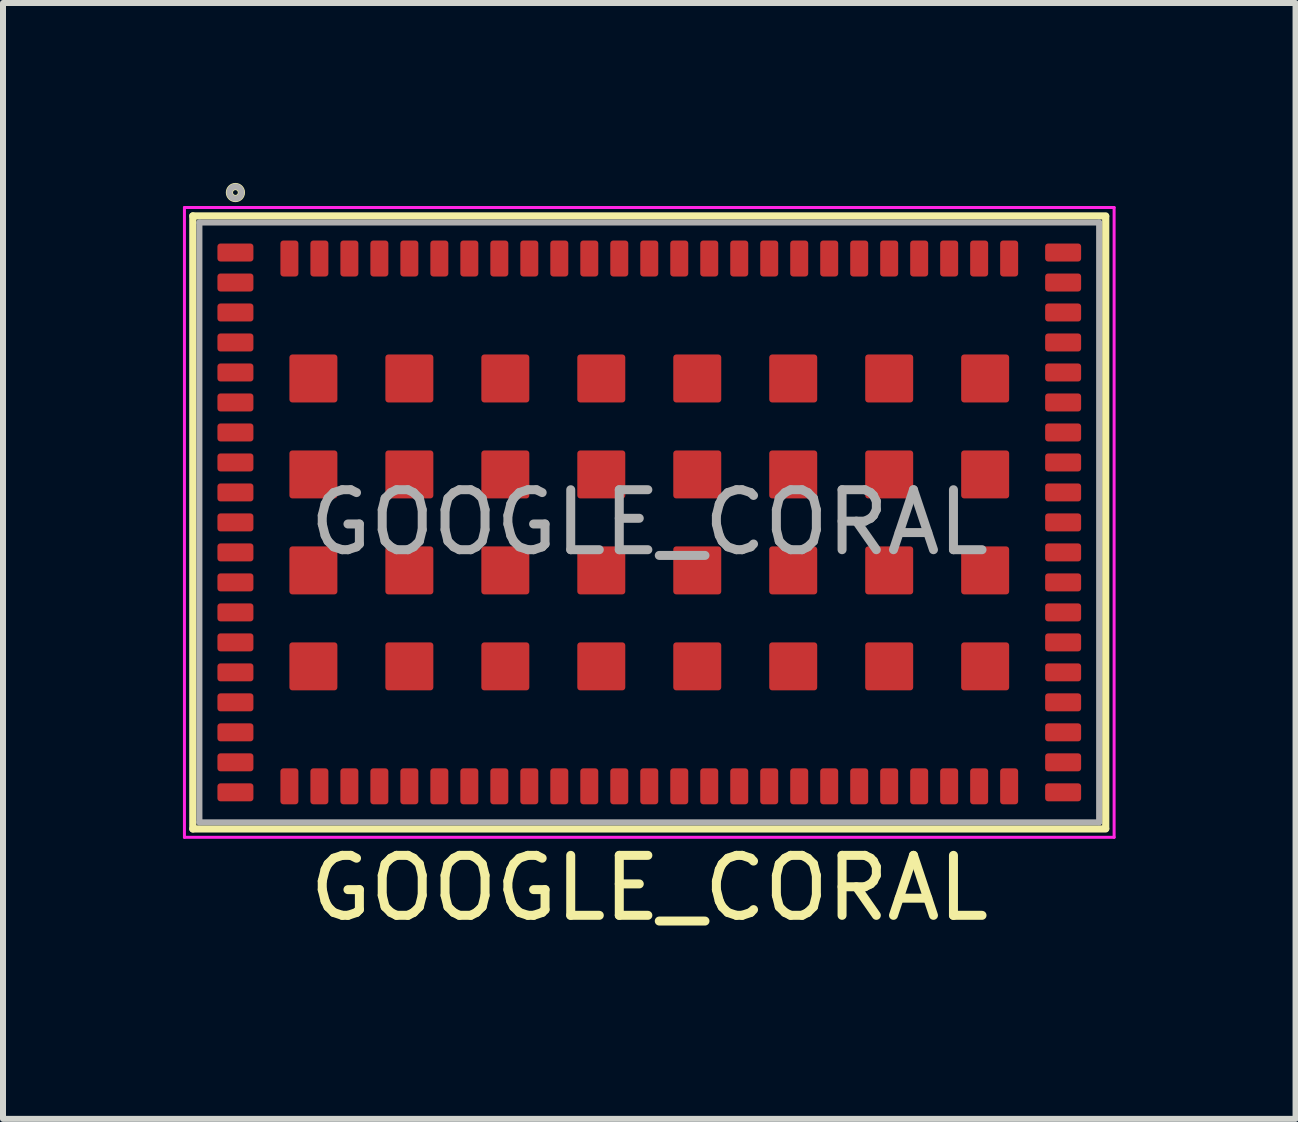
<source format=kicad_pcb>
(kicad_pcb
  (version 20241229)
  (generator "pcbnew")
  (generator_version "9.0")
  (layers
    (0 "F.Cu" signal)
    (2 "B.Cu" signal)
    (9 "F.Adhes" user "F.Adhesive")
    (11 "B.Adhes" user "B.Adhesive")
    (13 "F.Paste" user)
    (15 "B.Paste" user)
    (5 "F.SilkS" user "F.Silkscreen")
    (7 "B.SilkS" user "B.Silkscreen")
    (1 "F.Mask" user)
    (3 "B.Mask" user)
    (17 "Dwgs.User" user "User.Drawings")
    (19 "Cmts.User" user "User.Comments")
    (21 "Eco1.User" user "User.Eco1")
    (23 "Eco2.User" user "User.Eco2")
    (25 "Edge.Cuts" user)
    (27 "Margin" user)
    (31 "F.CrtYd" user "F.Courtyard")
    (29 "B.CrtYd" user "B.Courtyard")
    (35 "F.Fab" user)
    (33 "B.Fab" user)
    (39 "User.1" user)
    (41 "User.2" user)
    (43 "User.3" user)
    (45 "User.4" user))
  (footprint "GOOGLE_CORAL"
    (layer "F.Cu")
    (at 7.775 5.66)
    (property "Reference" "GOOGLE_CORAL" (at 0 6.096 0) (layer "F.SilkS") (effects (font (size 1 1) (thickness 0.15))))
    (attr smd)
    (fp_line (start -7.61 -5.11) (end 7.61 -5.11) (stroke (width 0.12) (type solid)) (layer "F.SilkS"))
    (fp_line (start -7.61 5.11) (end -7.61 -5.11) (stroke (width 0.12) (type solid)) (layer "F.SilkS"))
    (fp_line (start 7.61 -5.1) (end 7.61 5.1) (stroke (width 0.12) (type solid)) (layer "F.SilkS"))
    (fp_line (start 7.61 5.11) (end -7.61 5.11) (stroke (width 0.12) (type solid)) (layer "F.SilkS"))
    (fp_circle (center -6.9 -5.5) (end -6.9 -5.4) (stroke (width 0.12) (type solid)) (fill no) (layer "F.SilkS"))
    (fp_line (start -7.75 -5.25) (end 7.75 -5.25) (stroke (width 0.05) (type solid)) (layer "F.CrtYd"))
    (fp_line (start -7.75 5.25) (end -7.75 -5.25) (stroke (width 0.05) (type solid)) (layer "F.CrtYd"))
    (fp_line (start 7.75 -5.25) (end 7.75 5.25) (stroke (width 0.05) (type solid)) (layer "F.CrtYd"))
    (fp_line (start 7.75 5.25) (end -7.75 5.25) (stroke (width 0.05) (type solid)) (layer "F.CrtYd"))
    (fp_line (start -7.5 -5) (end 7.5 -5) (stroke (width 0.1) (type solid)) (layer "F.Fab"))
    (fp_line (start -7.5 5) (end -7.5 -5) (stroke (width 0.1) (type solid)) (layer "F.Fab"))
    (fp_line (start 7.5 -5) (end 7.5 5) (stroke (width 0.1) (type solid)) (layer "F.Fab"))
    (fp_line (start 7.5 5) (end -7.5 5) (stroke (width 0.1) (type solid)) (layer "F.Fab"))
    (fp_circle (center -6.9 -5.5) (end -6.9 -5.4) (stroke (width 0.1) (type solid)) (fill no) (layer "F.Fab"))
    (fp_text user "${REFERENCE}" (at 0 0 0) (layer "F.Fab") (effects (font (size 1 1) (thickness 0.15))))
    (pad "1" smd roundrect (at -6.9 -4.5 270) (size 0.3 0.6) (layers "F.Cu" "F.Mask" "F.Paste") (roundrect_rratio 0.167))
    (pad "2" smd roundrect (at -6.9 -4 270) (size 0.3 0.6) (layers "F.Cu" "F.Mask" "F.Paste") (roundrect_rratio 0.167))
    (pad "3" smd roundrect (at -6.9 -3.5 270) (size 0.3 0.6) (layers "F.Cu" "F.Mask" "F.Paste") (roundrect_rratio 0.167))
    (pad "4" smd roundrect (at -6.9 -3 270) (size 0.3 0.6) (layers "F.Cu" "F.Mask" "F.Paste") (roundrect_rratio 0.167))
    (pad "5" smd roundrect (at -6.9 -2.5 270) (size 0.3 0.6) (layers "F.Cu" "F.Mask" "F.Paste") (roundrect_rratio 0.167))
    (pad "6" smd roundrect (at -6.9 -2 270) (size 0.3 0.6) (layers "F.Cu" "F.Mask" "F.Paste") (roundrect_rratio 0.167))
    (pad "7" smd roundrect (at -6.9 -1.5 270) (size 0.3 0.6) (layers "F.Cu" "F.Mask" "F.Paste") (roundrect_rratio 0.167))
    (pad "8" smd roundrect (at -6.9 -1 270) (size 0.3 0.6) (layers "F.Cu" "F.Mask" "F.Paste") (roundrect_rratio 0.167))
    (pad "9" smd roundrect (at -6.9 -0.5 270) (size 0.3 0.6) (layers "F.Cu" "F.Mask" "F.Paste") (roundrect_rratio 0.167))
    (pad "10" smd roundrect (at -6.9 0 270) (size 0.3 0.6) (layers "F.Cu" "F.Mask" "F.Paste") (roundrect_rratio 0.167))
    (pad "11" smd roundrect (at -6.9 0.5 270) (size 0.3 0.6) (layers "F.Cu" "F.Mask" "F.Paste") (roundrect_rratio 0.167))
    (pad "12" smd roundrect (at -6.9 1 270) (size 0.3 0.6) (layers "F.Cu" "F.Mask" "F.Paste") (roundrect_rratio 0.167))
    (pad "13" smd roundrect (at -6.9 1.5 270) (size 0.3 0.6) (layers "F.Cu" "F.Mask" "F.Paste") (roundrect_rratio 0.167))
    (pad "14" smd roundrect (at -6.9 2 270) (size 0.3 0.6) (layers "F.Cu" "F.Mask" "F.Paste") (roundrect_rratio 0.167))
    (pad "15" smd roundrect (at -6.9 2.5 270) (size 0.3 0.6) (layers "F.Cu" "F.Mask" "F.Paste") (roundrect_rratio 0.167))
    (pad "16" smd roundrect (at -6.9 3 270) (size 0.3 0.6) (layers "F.Cu" "F.Mask" "F.Paste") (roundrect_rratio 0.167))
    (pad "17" smd roundrect (at -6.9 3.5 270) (size 0.3 0.6) (layers "F.Cu" "F.Mask" "F.Paste") (roundrect_rratio 0.167))
    (pad "18" smd roundrect (at -6.9 4 270) (size 0.3 0.6) (layers "F.Cu" "F.Mask" "F.Paste") (roundrect_rratio 0.167))
    (pad "19" smd roundrect (at -6.9 4.5 270) (size 0.3 0.6) (layers "F.Cu" "F.Mask" "F.Paste") (roundrect_rratio 0.167))
    (pad "20" smd roundrect (at -6 4.4 270) (size 0.6 0.3) (layers "F.Cu" "F.Mask" "F.Paste") (roundrect_rratio 0.167))
    (pad "21" smd roundrect (at -5.5 4.4 270) (size 0.6 0.3) (layers "F.Cu" "F.Mask" "F.Paste") (roundrect_rratio 0.167))
    (pad "22" smd roundrect (at -5 4.4 270) (size 0.6 0.3) (layers "F.Cu" "F.Mask" "F.Paste") (roundrect_rratio 0.167))
    (pad "23" smd roundrect (at -4.5 4.4 270) (size 0.6 0.3) (layers "F.Cu" "F.Mask" "F.Paste") (roundrect_rratio 0.167))
    (pad "24" smd roundrect (at -4 4.4 270) (size 0.6 0.3) (layers "F.Cu" "F.Mask" "F.Paste") (roundrect_rratio 0.167))
    (pad "25" smd roundrect (at -3.5 4.4 270) (size 0.6 0.3) (layers "F.Cu" "F.Mask" "F.Paste") (roundrect_rratio 0.167))
    (pad "26" smd roundrect (at -3 4.4 270) (size 0.6 0.3) (layers "F.Cu" "F.Mask" "F.Paste") (roundrect_rratio 0.167))
    (pad "27" smd roundrect (at -2.5 4.4 270) (size 0.6 0.3) (layers "F.Cu" "F.Mask" "F.Paste") (roundrect_rratio 0.167))
    (pad "28" smd roundrect (at -2 4.4 270) (size 0.6 0.3) (layers "F.Cu" "F.Mask" "F.Paste") (roundrect_rratio 0.167))
    (pad "29" smd roundrect (at -1.5 4.4 270) (size 0.6 0.3) (layers "F.Cu" "F.Mask" "F.Paste") (roundrect_rratio 0.167))
    (pad "30" smd roundrect (at -1 4.4 270) (size 0.6 0.3) (layers "F.Cu" "F.Mask" "F.Paste") (roundrect_rratio 0.167))
    (pad "31" smd roundrect (at -0.5 4.4 270) (size 0.6 0.3) (layers "F.Cu" "F.Mask" "F.Paste") (roundrect_rratio 0.167))
    (pad "32" smd roundrect (at 0 4.4 270) (size 0.6 0.3) (layers "F.Cu" "F.Mask" "F.Paste") (roundrect_rratio 0.167))
    (pad "33" smd roundrect (at 0.5 4.4 270) (size 0.6 0.3) (layers "F.Cu" "F.Mask" "F.Paste") (roundrect_rratio 0.167))
    (pad "34" smd roundrect (at 1 4.4 270) (size 0.6 0.3) (layers "F.Cu" "F.Mask" "F.Paste") (roundrect_rratio 0.167))
    (pad "35" smd roundrect (at 1.5 4.4 270) (size 0.6 0.3) (layers "F.Cu" "F.Mask" "F.Paste") (roundrect_rratio 0.167))
    (pad "36" smd roundrect (at 2 4.4 270) (size 0.6 0.3) (layers "F.Cu" "F.Mask" "F.Paste") (roundrect_rratio 0.167))
    (pad "37" smd roundrect (at 2.5 4.4 270) (size 0.6 0.3) (layers "F.Cu" "F.Mask" "F.Paste") (roundrect_rratio 0.167))
    (pad "38" smd roundrect (at 3 4.4 270) (size 0.6 0.3) (layers "F.Cu" "F.Mask" "F.Paste") (roundrect_rratio 0.167))
    (pad "39" smd roundrect (at 3.5 4.4 270) (size 0.6 0.3) (layers "F.Cu" "F.Mask" "F.Paste") (roundrect_rratio 0.167))
    (pad "40" smd roundrect (at 4 4.4 270) (size 0.6 0.3) (layers "F.Cu" "F.Mask" "F.Paste") (roundrect_rratio 0.167))
    (pad "41" smd roundrect (at 4.5 4.4 270) (size 0.6 0.3) (layers "F.Cu" "F.Mask" "F.Paste") (roundrect_rratio 0.167))
    (pad "42" smd roundrect (at 5 4.4 270) (size 0.6 0.3) (layers "F.Cu" "F.Mask" "F.Paste") (roundrect_rratio 0.167))
    (pad "43" smd roundrect (at 5.5 4.4 270) (size 0.6 0.3) (layers "F.Cu" "F.Mask" "F.Paste") (roundrect_rratio 0.167))
    (pad "44" smd roundrect (at 6 4.4 270) (size 0.6 0.3) (layers "F.Cu" "F.Mask" "F.Paste") (roundrect_rratio 0.167))
    (pad "45" smd roundrect (at 6.9 4.5 270) (size 0.3 0.6) (layers "F.Cu" "F.Mask" "F.Paste") (roundrect_rratio 0.167))
    (pad "46" smd roundrect (at 6.9 4 270) (size 0.3 0.6) (layers "F.Cu" "F.Mask" "F.Paste") (roundrect_rratio 0.167))
    (pad "47" smd roundrect (at 6.9 3.5 270) (size 0.3 0.6) (layers "F.Cu" "F.Mask" "F.Paste") (roundrect_rratio 0.167))
    (pad "48" smd roundrect (at 6.9 3 270) (size 0.3 0.6) (layers "F.Cu" "F.Mask" "F.Paste") (roundrect_rratio 0.167))
    (pad "49" smd roundrect (at 6.9 2.5 270) (size 0.3 0.6) (layers "F.Cu" "F.Mask" "F.Paste") (roundrect_rratio 0.167))
    (pad "50" smd roundrect (at 6.9 2 270) (size 0.3 0.6) (layers "F.Cu" "F.Mask" "F.Paste") (roundrect_rratio 0.167))
    (pad "51" smd roundrect (at 6.9 1.5 270) (size 0.3 0.6) (layers "F.Cu" "F.Mask" "F.Paste") (roundrect_rratio 0.167))
    (pad "52" smd roundrect (at 6.9 1 270) (size 0.3 0.6) (layers "F.Cu" "F.Mask" "F.Paste") (roundrect_rratio 0.167))
    (pad "53" smd roundrect (at 6.9 0.5 270) (size 0.3 0.6) (layers "F.Cu" "F.Mask" "F.Paste") (roundrect_rratio 0.167))
    (pad "54" smd roundrect (at 6.9 0 270) (size 0.3 0.6) (layers "F.Cu" "F.Mask" "F.Paste") (roundrect_rratio 0.167))
    (pad "55" smd roundrect (at 6.9 -0.5 270) (size 0.3 0.6) (layers "F.Cu" "F.Mask" "F.Paste") (roundrect_rratio 0.167))
    (pad "56" smd roundrect (at 6.9 -1 270) (size 0.3 0.6) (layers "F.Cu" "F.Mask" "F.Paste") (roundrect_rratio 0.167))
    (pad "57" smd roundrect (at 6.9 -1.5 270) (size 0.3 0.6) (layers "F.Cu" "F.Mask" "F.Paste") (roundrect_rratio 0.167))
    (pad "58" smd roundrect (at 6.9 -2 270) (size 0.3 0.6) (layers "F.Cu" "F.Mask" "F.Paste") (roundrect_rratio 0.167))
    (pad "59" smd roundrect (at 6.9 -2.5 270) (size 0.3 0.6) (layers "F.Cu" "F.Mask" "F.Paste") (roundrect_rratio 0.167))
    (pad "60" smd roundrect (at 6.9 -3 270) (size 0.3 0.6) (layers "F.Cu" "F.Mask" "F.Paste") (roundrect_rratio 0.167))
    (pad "61" smd roundrect (at 6.9 -3.5 270) (size 0.3 0.6) (layers "F.Cu" "F.Mask" "F.Paste") (roundrect_rratio 0.167))
    (pad "62" smd roundrect (at 6.9 -4 270) (size 0.3 0.6) (layers "F.Cu" "F.Mask" "F.Paste") (roundrect_rratio 0.167))
    (pad "63" smd roundrect (at 6.9 -4.5 270) (size 0.3 0.6) (layers "F.Cu" "F.Mask" "F.Paste") (roundrect_rratio 0.167))
    (pad "64" smd roundrect (at 6 -4.4 270) (size 0.6 0.3) (layers "F.Cu" "F.Mask" "F.Paste") (roundrect_rratio 0.167))
    (pad "65" smd roundrect (at 5.5 -4.4 270) (size 0.6 0.3) (layers "F.Cu" "F.Mask" "F.Paste") (roundrect_rratio 0.167))
    (pad "66" smd roundrect (at 5 -4.4 270) (size 0.6 0.3) (layers "F.Cu" "F.Mask" "F.Paste") (roundrect_rratio 0.167))
    (pad "67" smd roundrect (at 4.5 -4.4 270) (size 0.6 0.3) (layers "F.Cu" "F.Mask" "F.Paste") (roundrect_rratio 0.167))
    (pad "68" smd roundrect (at 4 -4.4 270) (size 0.6 0.3) (layers "F.Cu" "F.Mask" "F.Paste") (roundrect_rratio 0.167))
    (pad "69" smd roundrect (at 3.5 -4.4 270) (size 0.6 0.3) (layers "F.Cu" "F.Mask" "F.Paste") (roundrect_rratio 0.167))
    (pad "70" smd roundrect (at 3 -4.4 270) (size 0.6 0.3) (layers "F.Cu" "F.Mask" "F.Paste") (roundrect_rratio 0.167))
    (pad "71" smd roundrect (at 2.5 -4.4 270) (size 0.6 0.3) (layers "F.Cu" "F.Mask" "F.Paste") (roundrect_rratio 0.167))
    (pad "72" smd roundrect (at 2 -4.4 270) (size 0.6 0.3) (layers "F.Cu" "F.Mask" "F.Paste") (roundrect_rratio 0.167))
    (pad "73" smd roundrect (at 1.5 -4.4 270) (size 0.6 0.3) (layers "F.Cu" "F.Mask" "F.Paste") (roundrect_rratio 0.167))
    (pad "74" smd roundrect (at 1 -4.4 270) (size 0.6 0.3) (layers "F.Cu" "F.Mask" "F.Paste") (roundrect_rratio 0.167))
    (pad "75" smd roundrect (at 0.5 -4.4 270) (size 0.6 0.3) (layers "F.Cu" "F.Mask" "F.Paste") (roundrect_rratio 0.167))
    (pad "76" smd roundrect (at 0 -4.4 270) (size 0.6 0.3) (layers "F.Cu" "F.Mask" "F.Paste") (roundrect_rratio 0.167))
    (pad "77" smd roundrect (at -0.5 -4.4 270) (size 0.6 0.3) (layers "F.Cu" "F.Mask" "F.Paste") (roundrect_rratio 0.167))
    (pad "78" smd roundrect (at -1 -4.4 270) (size 0.6 0.3) (layers "F.Cu" "F.Mask" "F.Paste") (roundrect_rratio 0.167))
    (pad "79" smd roundrect (at -1.5 -4.4 270) (size 0.6 0.3) (layers "F.Cu" "F.Mask" "F.Paste") (roundrect_rratio 0.167))
    (pad "80" smd roundrect (at -2 -4.4 270) (size 0.6 0.3) (layers "F.Cu" "F.Mask" "F.Paste") (roundrect_rratio 0.167))
    (pad "81" smd roundrect (at -2.5 -4.4 270) (size 0.6 0.3) (layers "F.Cu" "F.Mask" "F.Paste") (roundrect_rratio 0.167))
    (pad "82" smd roundrect (at -3 -4.4 270) (size 0.6 0.3) (layers "F.Cu" "F.Mask" "F.Paste") (roundrect_rratio 0.167))
    (pad "83" smd roundrect (at -3.5 -4.4 270) (size 0.6 0.3) (layers "F.Cu" "F.Mask" "F.Paste") (roundrect_rratio 0.167))
    (pad "84" smd roundrect (at -4 -4.4 270) (size 0.6 0.3) (layers "F.Cu" "F.Mask" "F.Paste") (roundrect_rratio 0.167))
    (pad "85" smd roundrect (at -4.5 -4.4 270) (size 0.6 0.3) (layers "F.Cu" "F.Mask" "F.Paste") (roundrect_rratio 0.167))
    (pad "86" smd roundrect (at -5 -4.4 270) (size 0.6 0.3) (layers "F.Cu" "F.Mask" "F.Paste") (roundrect_rratio 0.167))
    (pad "87" smd roundrect (at -5.5 -4.4 270) (size 0.6 0.3) (layers "F.Cu" "F.Mask" "F.Paste") (roundrect_rratio 0.167))
    (pad "88" smd roundrect (at -6 -4.4 270) (size 0.6 0.3) (layers "F.Cu" "F.Mask" "F.Paste") (roundrect_rratio 0.167))
    (pad "89" smd roundrect (at 5.6 -2.4 270) (size 0.8 0.8) (layers "F.Cu" "F.Mask" "F.Paste") (roundrect_rratio 0.062))
    (pad "90" smd roundrect (at 4 -2.4 270) (size 0.8 0.8) (layers "F.Cu" "F.Mask" "F.Paste") (roundrect_rratio 0.062))
    (pad "91" smd roundrect (at 2.4 -2.4 270) (size 0.8 0.8) (layers "F.Cu" "F.Mask" "F.Paste") (roundrect_rratio 0.062))
    (pad "92" smd roundrect (at 0.8 -2.4 270) (size 0.8 0.8) (layers "F.Cu" "F.Mask" "F.Paste") (roundrect_rratio 0.062))
    (pad "93" smd roundrect (at -0.8 -2.4 270) (size 0.8 0.8) (layers "F.Cu" "F.Mask" "F.Paste") (roundrect_rratio 0.062))
    (pad "94" smd roundrect (at -2.4 -2.4 270) (size 0.8 0.8) (layers "F.Cu" "F.Mask" "F.Paste") (roundrect_rratio 0.062))
    (pad "95" smd roundrect (at -4 -2.4 270) (size 0.8 0.8) (layers "F.Cu" "F.Mask" "F.Paste") (roundrect_rratio 0.062))
    (pad "96" smd roundrect (at -5.6 -2.4 270) (size 0.8 0.8) (layers "F.Cu" "F.Mask" "F.Paste") (roundrect_rratio 0.062))
    (pad "97" smd roundrect (at 5.6 -0.8 270) (size 0.8 0.8) (layers "F.Cu" "F.Mask" "F.Paste") (roundrect_rratio 0.062))
    (pad "98" smd roundrect (at 4 -0.8 270) (size 0.8 0.8) (layers "F.Cu" "F.Mask" "F.Paste") (roundrect_rratio 0.062))
    (pad "99" smd roundrect (at 2.4 -0.8 270) (size 0.8 0.8) (layers "F.Cu" "F.Mask" "F.Paste") (roundrect_rratio 0.062))
    (pad "100" smd roundrect (at 0.8 -0.8 270) (size 0.8 0.8) (layers "F.Cu" "F.Mask" "F.Paste") (roundrect_rratio 0.062))
    (pad "101" smd roundrect (at -0.8 -0.8 270) (size 0.8 0.8) (layers "F.Cu" "F.Mask" "F.Paste") (roundrect_rratio 0.062))
    (pad "102" smd roundrect (at -2.4 -0.8 270) (size 0.8 0.8) (layers "F.Cu" "F.Mask" "F.Paste") (roundrect_rratio 0.062))
    (pad "103" smd roundrect (at -4 -0.8 270) (size 0.8 0.8) (layers "F.Cu" "F.Mask" "F.Paste") (roundrect_rratio 0.062))
    (pad "104" smd roundrect (at -5.6 -0.8 270) (size 0.8 0.8) (layers "F.Cu" "F.Mask" "F.Paste") (roundrect_rratio 0.062))
    (pad "105" smd roundrect (at 5.6 0.8 270) (size 0.8 0.8) (layers "F.Cu" "F.Mask" "F.Paste") (roundrect_rratio 0.062))
    (pad "106" smd roundrect (at 4 0.8 270) (size 0.8 0.8) (layers "F.Cu" "F.Mask" "F.Paste") (roundrect_rratio 0.062))
    (pad "107" smd roundrect (at 2.4 0.8 270) (size 0.8 0.8) (layers "F.Cu" "F.Mask" "F.Paste") (roundrect_rratio 0.062))
    (pad "108" smd roundrect (at 0.8 0.8 270) (size 0.8 0.8) (layers "F.Cu" "F.Mask" "F.Paste") (roundrect_rratio 0.062))
    (pad "109" smd roundrect (at -0.8 0.8 270) (size 0.8 0.8) (layers "F.Cu" "F.Mask" "F.Paste") (roundrect_rratio 0.062))
    (pad "110" smd roundrect (at -2.4 0.8 270) (size 0.8 0.8) (layers "F.Cu" "F.Mask" "F.Paste") (roundrect_rratio 0.062))
    (pad "111" smd roundrect (at -4 0.8 270) (size 0.8 0.8) (layers "F.Cu" "F.Mask" "F.Paste") (roundrect_rratio 0.062))
    (pad "112" smd roundrect (at -5.6 0.8 270) (size 0.8 0.8) (layers "F.Cu" "F.Mask" "F.Paste") (roundrect_rratio 0.062))
    (pad "113" smd roundrect (at 5.6 2.4 270) (size 0.8 0.8) (layers "F.Cu" "F.Mask" "F.Paste") (roundrect_rratio 0.062))
    (pad "114" smd roundrect (at 4 2.4 270) (size 0.8 0.8) (layers "F.Cu" "F.Mask" "F.Paste") (roundrect_rratio 0.062))
    (pad "115" smd roundrect (at 2.4 2.4 270) (size 0.8 0.8) (layers "F.Cu" "F.Mask" "F.Paste") (roundrect_rratio 0.062))
    (pad "116" smd roundrect (at 0.8 2.4 270) (size 0.8 0.8) (layers "F.Cu" "F.Mask" "F.Paste") (roundrect_rratio 0.062))
    (pad "117" smd roundrect (at -0.8 2.4 270) (size 0.8 0.8) (layers "F.Cu" "F.Mask" "F.Paste") (roundrect_rratio 0.062))
    (pad "118" smd roundrect (at -2.4 2.4 270) (size 0.8 0.8) (layers "F.Cu" "F.Mask" "F.Paste") (roundrect_rratio 0.062))
    (pad "119" smd roundrect (at -4 2.4 270) (size 0.8 0.8) (layers "F.Cu" "F.Mask" "F.Paste") (roundrect_rratio 0.062))
    (pad "120" smd roundrect (at -5.6 2.4 270) (size 0.8 0.8) (layers "F.Cu" "F.Mask" "F.Paste") (roundrect_rratio 0.062)))
  (gr_rect
    (start -3 -3)
    (end 18.55 15.604)
    (stroke (width 0.1) (type default))
    (fill no)
    (layer "Edge.Cuts")))
</source>
